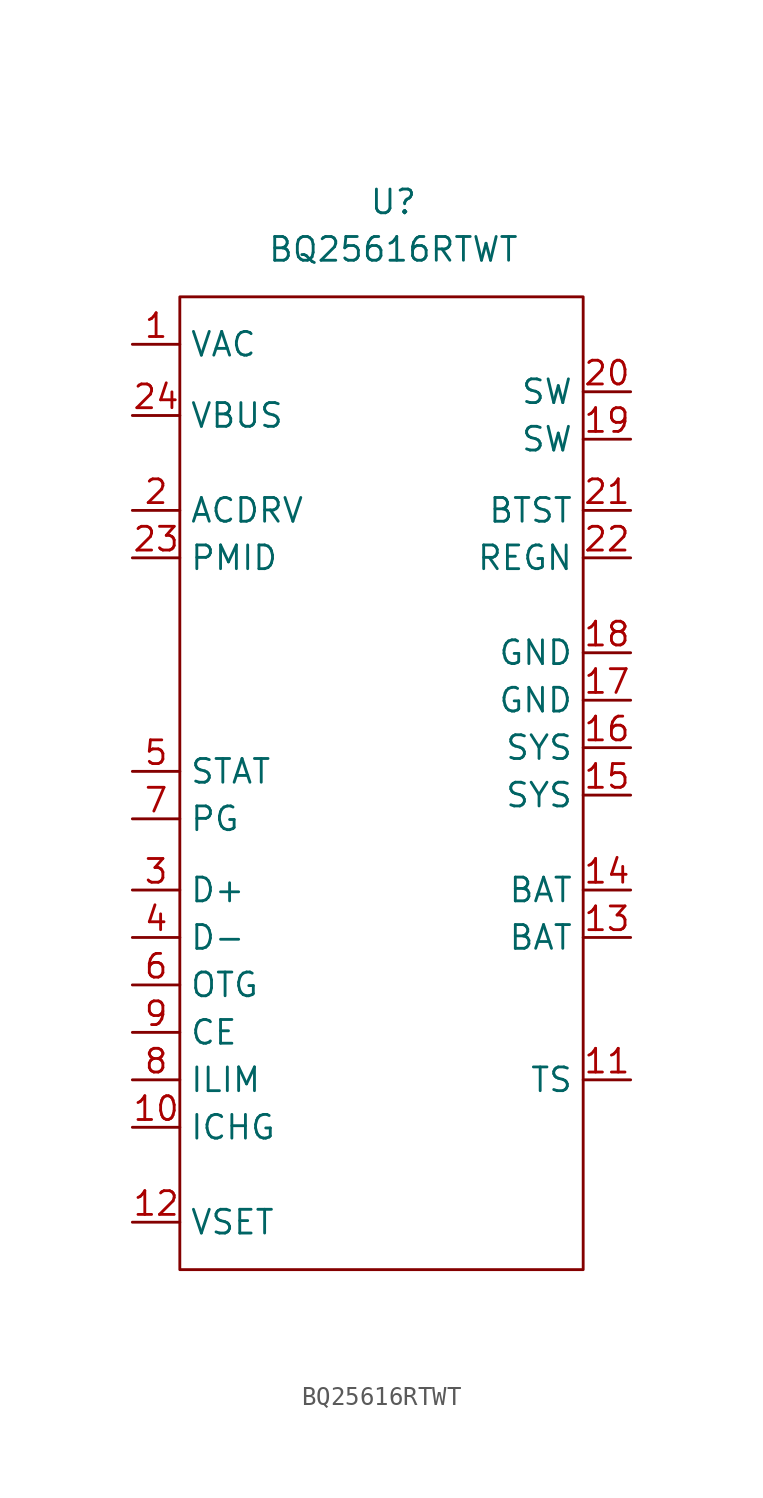
<source format=kicad_sym>
(kicad_symbol_lib
  (version 20201005)
  (generator kicad_symbol_editor)
  (symbol "BQ25616RTWT:BQ25616RTWT"
    (property "Reference" "U"
      (at 0 29.21 0)
      (effects (font (size 1.27 1.27))))
    (property "Value" "BQ25616RTWT"
      (at 0 26.67 0)
      (effects (font (size 1.27 1.27))))
    (symbol "BQ25616RTWT_0_1"
      (rectangle (start -11.43 24.13) (end 10.16 -27.94) (stroke (width 0.152)) (fill (type none))))
    (symbol "BQ25616RTWT_1_1"
      (pin input line (at -13.97 21.59 0) (length 2.54) (name "VAC" (effects (font (size 1.27 1.27)))) (number "1" (effects (font (size 1.27 1.27)))))
      (pin input line (at -13.97 -20.32 0) (length 2.54) (name "ICHG" (effects (font (size 1.27 1.27)))) (number "10" (effects (font (size 1.27 1.27)))))
      (pin input line (at 12.7 -17.78 180) (length 2.54) (name "TS" (effects (font (size 1.27 1.27)))) (number "11" (effects (font (size 1.27 1.27)))))
      (pin input line (at -13.97 -25.4 0) (length 2.54) (name "VSET" (effects (font (size 1.27 1.27)))) (number "12" (effects (font (size 1.27 1.27)))))
      (pin input line (at 12.7 -10.16 180) (length 2.54) (name "BAT" (effects (font (size 1.27 1.27)))) (number "13" (effects (font (size 1.27 1.27)))))
      (pin input line (at 12.7 -7.62 180) (length 2.54) (name "BAT" (effects (font (size 1.27 1.27)))) (number "14" (effects (font (size 1.27 1.27)))))
      (pin input line (at 12.7 -2.54 180) (length 2.54) (name "SYS" (effects (font (size 1.27 1.27)))) (number "15" (effects (font (size 1.27 1.27)))))
      (pin input line (at 12.7 0 180) (length 2.54) (name "SYS" (effects (font (size 1.27 1.27)))) (number "16" (effects (font (size 1.27 1.27)))))
      (pin input line (at 12.7 2.54 180) (length 2.54) (name "GND" (effects (font (size 1.27 1.27)))) (number "17" (effects (font (size 1.27 1.27)))))
      (pin input line (at 12.7 5.08 180) (length 2.54) (name "GND" (effects (font (size 1.27 1.27)))) (number "18" (effects (font (size 1.27 1.27)))))
      (pin input line (at 12.7 16.51 180) (length 2.54) (name "SW" (effects (font (size 1.27 1.27)))) (number "19" (effects (font (size 1.27 1.27)))))
      (pin input line (at -13.97 12.7 0) (length 2.54) (name "ACDRV" (effects (font (size 1.27 1.27)))) (number "2" (effects (font (size 1.27 1.27)))))
      (pin input line (at 12.7 19.05 180) (length 2.54) (name "SW" (effects (font (size 1.27 1.27)))) (number "20" (effects (font (size 1.27 1.27)))))
      (pin input line (at 12.7 12.7 180) (length 2.54) (name "BTST" (effects (font (size 1.27 1.27)))) (number "21" (effects (font (size 1.27 1.27)))))
      (pin input line (at 12.7 10.16 180) (length 2.54) (name "REGN" (effects (font (size 1.27 1.27)))) (number "22" (effects (font (size 1.27 1.27)))))
      (pin input line (at -13.97 10.16 0) (length 2.54) (name "PMID" (effects (font (size 1.27 1.27)))) (number "23" (effects (font (size 1.27 1.27)))))
      (pin input line (at -13.97 17.78 0) (length 2.54) (name "VBUS" (effects (font (size 1.27 1.27)))) (number "24" (effects (font (size 1.27 1.27)))))
      (pin input line (at -13.97 -7.62 0) (length 2.54) (name "D+" (effects (font (size 1.27 1.27)))) (number "3" (effects (font (size 1.27 1.27)))))
      (pin input line (at -13.97 -10.16 0) (length 2.54) (name "D-" (effects (font (size 1.27 1.27)))) (number "4" (effects (font (size 1.27 1.27)))))
      (pin input line (at -13.97 -1.27 0) (length 2.54) (name "STAT" (effects (font (size 1.27 1.27)))) (number "5" (effects (font (size 1.27 1.27)))))
      (pin input line (at -13.97 -12.7 0) (length 2.54) (name "OTG" (effects (font (size 1.27 1.27)))) (number "6" (effects (font (size 1.27 1.27)))))
      (pin input line (at -13.97 -3.81 0) (length 2.54) (name "PG" (effects (font (size 1.27 1.27)))) (number "7" (effects (font (size 1.27 1.27)))))
      (pin input line (at -13.97 -17.78 0) (length 2.54) (name "ILIM" (effects (font (size 1.27 1.27)))) (number "8" (effects (font (size 1.27 1.27)))))
      (pin input line (at -13.97 -15.24 0) (length 2.54) (name "CE" (effects (font (size 1.27 1.27)))) (number "9" (effects (font (size 1.27 1.27))))))))
</source>
